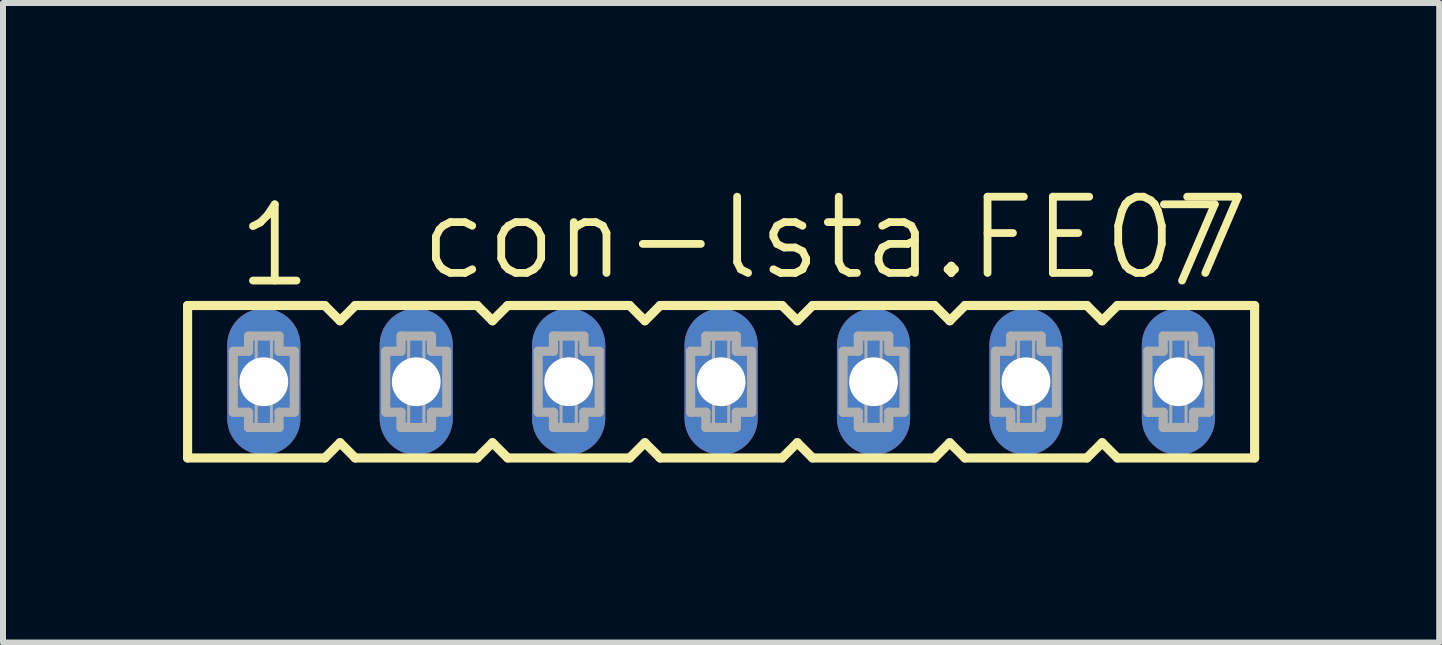
<source format=kicad_pcb>
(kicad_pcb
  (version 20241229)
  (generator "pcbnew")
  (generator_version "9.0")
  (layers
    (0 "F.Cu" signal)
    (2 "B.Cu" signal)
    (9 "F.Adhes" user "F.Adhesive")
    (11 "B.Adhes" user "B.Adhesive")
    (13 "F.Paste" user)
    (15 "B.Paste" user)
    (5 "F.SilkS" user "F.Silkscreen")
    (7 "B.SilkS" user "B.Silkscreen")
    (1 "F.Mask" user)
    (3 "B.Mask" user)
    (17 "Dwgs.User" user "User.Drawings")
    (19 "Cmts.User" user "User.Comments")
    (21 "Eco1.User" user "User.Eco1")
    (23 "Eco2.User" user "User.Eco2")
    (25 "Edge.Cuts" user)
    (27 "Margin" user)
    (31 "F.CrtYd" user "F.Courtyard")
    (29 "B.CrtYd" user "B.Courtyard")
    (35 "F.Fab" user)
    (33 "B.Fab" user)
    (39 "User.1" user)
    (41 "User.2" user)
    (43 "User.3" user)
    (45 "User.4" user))
  (footprint "con-lsta.FE07"
    (layer "F.Cu")
    (at 8.966 3.311)
    (property "Reference" "con-lsta.FE07" (at -5.08 -1.651 0) (layer "F.SilkS") (effects (font (size 1.27 1.27) (thickness 0.13)) (justify left bottom)))
    (attr through_hole)
    (fp_line (start -8.89 -1.27) (end -8.89 1.27) (stroke (width 0.152) (type default)) (layer "F.SilkS"))
    (fp_line (start -8.89 1.27) (end -6.604 1.27) (stroke (width 0.152) (type default)) (layer "F.SilkS"))
    (fp_line (start -6.604 -1.27) (end -8.89 -1.27) (stroke (width 0.152) (type default)) (layer "F.SilkS"))
    (fp_line (start -6.604 1.27) (end -6.35 1.016) (stroke (width 0.152) (type default)) (layer "F.SilkS"))
    (fp_line (start -6.35 -1.016) (end -6.604 -1.27) (stroke (width 0.152) (type default)) (layer "F.SilkS"))
    (fp_line (start -6.35 1.016) (end -6.096 1.27) (stroke (width 0.152) (type default)) (layer "F.SilkS"))
    (fp_line (start -6.096 -1.27) (end -6.35 -1.016) (stroke (width 0.152) (type default)) (layer "F.SilkS"))
    (fp_line (start -6.096 1.27) (end -4.064 1.27) (stroke (width 0.152) (type default)) (layer "F.SilkS"))
    (fp_line (start -4.064 -1.27) (end -6.096 -1.27) (stroke (width 0.152) (type default)) (layer "F.SilkS"))
    (fp_line (start -4.064 1.27) (end -3.81 1.016) (stroke (width 0.152) (type default)) (layer "F.SilkS"))
    (fp_line (start -3.81 -1.016) (end -4.064 -1.27) (stroke (width 0.152) (type default)) (layer "F.SilkS"))
    (fp_line (start -3.81 1.016) (end -3.556 1.27) (stroke (width 0.152) (type default)) (layer "F.SilkS"))
    (fp_line (start -3.556 -1.27) (end -3.81 -1.016) (stroke (width 0.152) (type default)) (layer "F.SilkS"))
    (fp_line (start -3.556 1.27) (end -1.524 1.27) (stroke (width 0.152) (type default)) (layer "F.SilkS"))
    (fp_line (start -1.524 -1.27) (end -3.556 -1.27) (stroke (width 0.152) (type default)) (layer "F.SilkS"))
    (fp_line (start -1.524 1.27) (end -1.27 1.016) (stroke (width 0.152) (type default)) (layer "F.SilkS"))
    (fp_line (start -1.27 -1.016) (end -1.524 -1.27) (stroke (width 0.152) (type default)) (layer "F.SilkS"))
    (fp_line (start -1.27 1.016) (end -1.016 1.27) (stroke (width 0.152) (type default)) (layer "F.SilkS"))
    (fp_line (start -1.016 -1.27) (end -1.27 -1.016) (stroke (width 0.152) (type default)) (layer "F.SilkS"))
    (fp_line (start -1.016 1.27) (end 1.016 1.27) (stroke (width 0.152) (type default)) (layer "F.SilkS"))
    (fp_line (start 1.016 -1.27) (end -1.016 -1.27) (stroke (width 0.152) (type default)) (layer "F.SilkS"))
    (fp_line (start 1.016 1.27) (end 1.27 1.016) (stroke (width 0.152) (type default)) (layer "F.SilkS"))
    (fp_line (start 1.27 -1.016) (end 1.016 -1.27) (stroke (width 0.152) (type default)) (layer "F.SilkS"))
    (fp_line (start 1.27 1.016) (end 1.524 1.27) (stroke (width 0.152) (type default)) (layer "F.SilkS"))
    (fp_line (start 1.524 -1.27) (end 1.27 -1.016) (stroke (width 0.152) (type default)) (layer "F.SilkS"))
    (fp_line (start 1.524 1.27) (end 3.556 1.27) (stroke (width 0.152) (type default)) (layer "F.SilkS"))
    (fp_line (start 3.556 -1.27) (end 1.524 -1.27) (stroke (width 0.152) (type default)) (layer "F.SilkS"))
    (fp_line (start 3.556 1.27) (end 3.81 1.016) (stroke (width 0.152) (type default)) (layer "F.SilkS"))
    (fp_line (start 3.81 -1.016) (end 3.556 -1.27) (stroke (width 0.152) (type default)) (layer "F.SilkS"))
    (fp_line (start 3.81 1.016) (end 4.064 1.27) (stroke (width 0.152) (type default)) (layer "F.SilkS"))
    (fp_line (start 4.064 -1.27) (end 3.81 -1.016) (stroke (width 0.152) (type default)) (layer "F.SilkS"))
    (fp_line (start 4.064 1.27) (end 6.096 1.27) (stroke (width 0.152) (type default)) (layer "F.SilkS"))
    (fp_line (start 6.096 -1.27) (end 4.064 -1.27) (stroke (width 0.152) (type default)) (layer "F.SilkS"))
    (fp_line (start 6.096 1.27) (end 6.35 1.016) (stroke (width 0.152) (type default)) (layer "F.SilkS"))
    (fp_line (start 6.35 -1.016) (end 6.096 -1.27) (stroke (width 0.152) (type default)) (layer "F.SilkS"))
    (fp_line (start 6.35 1.016) (end 6.604 1.27) (stroke (width 0.152) (type default)) (layer "F.SilkS"))
    (fp_line (start 6.604 -1.27) (end 6.35 -1.016) (stroke (width 0.152) (type default)) (layer "F.SilkS"))
    (fp_line (start 6.604 1.27) (end 8.89 1.27) (stroke (width 0.152) (type default)) (layer "F.SilkS"))
    (fp_line (start 8.89 -1.27) (end 6.604 -1.27) (stroke (width 0.152) (type default)) (layer "F.SilkS"))
    (fp_line (start 8.89 1.27) (end 8.89 -1.27) (stroke (width 0.152) (type default)) (layer "F.SilkS"))
    (fp_line (start -8.128 -0.508) (end -8.128 0.508) (stroke (width 0.152) (type default)) (layer "F.Fab"))
    (fp_line (start -8.128 0.508) (end -7.874 0.508) (stroke (width 0.152) (type default)) (layer "F.Fab"))
    (fp_line (start -7.874 -0.762) (end -7.874 -0.508) (stroke (width 0.152) (type default)) (layer "F.Fab"))
    (fp_line (start -7.874 -0.508) (end -8.128 -0.508) (stroke (width 0.152) (type default)) (layer "F.Fab"))
    (fp_line (start -7.874 0.508) (end -7.874 0.762) (stroke (width 0.152) (type default)) (layer "F.Fab"))
    (fp_line (start -7.874 0.762) (end -7.366 0.762) (stroke (width 0.152) (type default)) (layer "F.Fab"))
    (fp_line (start -7.366 -0.762) (end -7.874 -0.762) (stroke (width 0.152) (type default)) (layer "F.Fab"))
    (fp_line (start -7.366 -0.508) (end -7.366 -0.762) (stroke (width 0.152) (type default)) (layer "F.Fab"))
    (fp_line (start -7.366 0.508) (end -7.112 0.508) (stroke (width 0.152) (type default)) (layer "F.Fab"))
    (fp_line (start -7.366 0.762) (end -7.366 0.508) (stroke (width 0.152) (type default)) (layer "F.Fab"))
    (fp_line (start -7.112 -0.508) (end -7.366 -0.508) (stroke (width 0.152) (type default)) (layer "F.Fab"))
    (fp_line (start -7.112 0.508) (end -7.112 -0.508) (stroke (width 0.152) (type default)) (layer "F.Fab"))
    (fp_line (start -5.588 -0.508) (end -5.588 0.508) (stroke (width 0.152) (type default)) (layer "F.Fab"))
    (fp_line (start -5.588 0.508) (end -5.334 0.508) (stroke (width 0.152) (type default)) (layer "F.Fab"))
    (fp_line (start -5.334 -0.762) (end -5.334 -0.508) (stroke (width 0.152) (type default)) (layer "F.Fab"))
    (fp_line (start -5.334 -0.508) (end -5.588 -0.508) (stroke (width 0.152) (type default)) (layer "F.Fab"))
    (fp_line (start -5.334 0.508) (end -5.334 0.762) (stroke (width 0.152) (type default)) (layer "F.Fab"))
    (fp_line (start -5.334 0.762) (end -4.826 0.762) (stroke (width 0.152) (type default)) (layer "F.Fab"))
    (fp_line (start -4.826 -0.762) (end -5.334 -0.762) (stroke (width 0.152) (type default)) (layer "F.Fab"))
    (fp_line (start -4.826 -0.508) (end -4.826 -0.762) (stroke (width 0.152) (type default)) (layer "F.Fab"))
    (fp_line (start -4.826 0.508) (end -4.572 0.508) (stroke (width 0.152) (type default)) (layer "F.Fab"))
    (fp_line (start -4.826 0.762) (end -4.826 0.508) (stroke (width 0.152) (type default)) (layer "F.Fab"))
    (fp_line (start -4.572 -0.508) (end -4.826 -0.508) (stroke (width 0.152) (type default)) (layer "F.Fab"))
    (fp_line (start -4.572 0.508) (end -4.572 -0.508) (stroke (width 0.152) (type default)) (layer "F.Fab"))
    (fp_line (start -3.048 -0.508) (end -3.048 0.508) (stroke (width 0.152) (type default)) (layer "F.Fab"))
    (fp_line (start -3.048 0.508) (end -2.794 0.508) (stroke (width 0.152) (type default)) (layer "F.Fab"))
    (fp_line (start -2.794 -0.762) (end -2.794 -0.508) (stroke (width 0.152) (type default)) (layer "F.Fab"))
    (fp_line (start -2.794 -0.508) (end -3.048 -0.508) (stroke (width 0.152) (type default)) (layer "F.Fab"))
    (fp_line (start -2.794 0.508) (end -2.794 0.762) (stroke (width 0.152) (type default)) (layer "F.Fab"))
    (fp_line (start -2.794 0.762) (end -2.286 0.762) (stroke (width 0.152) (type default)) (layer "F.Fab"))
    (fp_line (start -2.286 -0.762) (end -2.794 -0.762) (stroke (width 0.152) (type default)) (layer "F.Fab"))
    (fp_line (start -2.286 -0.508) (end -2.286 -0.762) (stroke (width 0.152) (type default)) (layer "F.Fab"))
    (fp_line (start -2.286 0.508) (end -2.032 0.508) (stroke (width 0.152) (type default)) (layer "F.Fab"))
    (fp_line (start -2.286 0.762) (end -2.286 0.508) (stroke (width 0.152) (type default)) (layer "F.Fab"))
    (fp_line (start -2.032 -0.508) (end -2.286 -0.508) (stroke (width 0.152) (type default)) (layer "F.Fab"))
    (fp_line (start -2.032 0.508) (end -2.032 -0.508) (stroke (width 0.152) (type default)) (layer "F.Fab"))
    (fp_line (start -0.508 -0.508) (end -0.508 0.508) (stroke (width 0.152) (type default)) (layer "F.Fab"))
    (fp_line (start -0.508 0.508) (end -0.254 0.508) (stroke (width 0.152) (type default)) (layer "F.Fab"))
    (fp_line (start -0.254 -0.762) (end -0.254 -0.508) (stroke (width 0.152) (type default)) (layer "F.Fab"))
    (fp_line (start -0.254 -0.508) (end -0.508 -0.508) (stroke (width 0.152) (type default)) (layer "F.Fab"))
    (fp_line (start -0.254 0.508) (end -0.254 0.762) (stroke (width 0.152) (type default)) (layer "F.Fab"))
    (fp_line (start -0.254 0.762) (end 0.254 0.762) (stroke (width 0.152) (type default)) (layer "F.Fab"))
    (fp_line (start 0.254 -0.762) (end -0.254 -0.762) (stroke (width 0.152) (type default)) (layer "F.Fab"))
    (fp_line (start 0.254 -0.508) (end 0.254 -0.762) (stroke (width 0.152) (type default)) (layer "F.Fab"))
    (fp_line (start 0.254 0.508) (end 0.508 0.508) (stroke (width 0.152) (type default)) (layer "F.Fab"))
    (fp_line (start 0.254 0.762) (end 0.254 0.508) (stroke (width 0.152) (type default)) (layer "F.Fab"))
    (fp_line (start 0.508 -0.508) (end 0.254 -0.508) (stroke (width 0.152) (type default)) (layer "F.Fab"))
    (fp_line (start 0.508 0.508) (end 0.508 -0.508) (stroke (width 0.152) (type default)) (layer "F.Fab"))
    (fp_line (start 2.032 -0.508) (end 2.032 0.508) (stroke (width 0.152) (type default)) (layer "F.Fab"))
    (fp_line (start 2.032 0.508) (end 2.286 0.508) (stroke (width 0.152) (type default)) (layer "F.Fab"))
    (fp_line (start 2.286 -0.762) (end 2.286 -0.508) (stroke (width 0.152) (type default)) (layer "F.Fab"))
    (fp_line (start 2.286 -0.508) (end 2.032 -0.508) (stroke (width 0.152) (type default)) (layer "F.Fab"))
    (fp_line (start 2.286 0.508) (end 2.286 0.762) (stroke (width 0.152) (type default)) (layer "F.Fab"))
    (fp_line (start 2.286 0.762) (end 2.794 0.762) (stroke (width 0.152) (type default)) (layer "F.Fab"))
    (fp_line (start 2.794 -0.762) (end 2.286 -0.762) (stroke (width 0.152) (type default)) (layer "F.Fab"))
    (fp_line (start 2.794 -0.508) (end 2.794 -0.762) (stroke (width 0.152) (type default)) (layer "F.Fab"))
    (fp_line (start 2.794 0.508) (end 3.048 0.508) (stroke (width 0.152) (type default)) (layer "F.Fab"))
    (fp_line (start 2.794 0.762) (end 2.794 0.508) (stroke (width 0.152) (type default)) (layer "F.Fab"))
    (fp_line (start 3.048 -0.508) (end 2.794 -0.508) (stroke (width 0.152) (type default)) (layer "F.Fab"))
    (fp_line (start 3.048 0.508) (end 3.048 -0.508) (stroke (width 0.152) (type default)) (layer "F.Fab"))
    (fp_line (start 4.572 -0.508) (end 4.572 0.508) (stroke (width 0.152) (type default)) (layer "F.Fab"))
    (fp_line (start 4.572 0.508) (end 4.826 0.508) (stroke (width 0.152) (type default)) (layer "F.Fab"))
    (fp_line (start 4.826 -0.762) (end 4.826 -0.508) (stroke (width 0.152) (type default)) (layer "F.Fab"))
    (fp_line (start 4.826 -0.508) (end 4.572 -0.508) (stroke (width 0.152) (type default)) (layer "F.Fab"))
    (fp_line (start 4.826 0.508) (end 4.826 0.762) (stroke (width 0.152) (type default)) (layer "F.Fab"))
    (fp_line (start 4.826 0.762) (end 5.334 0.762) (stroke (width 0.152) (type default)) (layer "F.Fab"))
    (fp_line (start 5.334 -0.762) (end 4.826 -0.762) (stroke (width 0.152) (type default)) (layer "F.Fab"))
    (fp_line (start 5.334 -0.508) (end 5.334 -0.762) (stroke (width 0.152) (type default)) (layer "F.Fab"))
    (fp_line (start 5.334 0.508) (end 5.588 0.508) (stroke (width 0.152) (type default)) (layer "F.Fab"))
    (fp_line (start 5.334 0.762) (end 5.334 0.508) (stroke (width 0.152) (type default)) (layer "F.Fab"))
    (fp_line (start 5.588 -0.508) (end 5.334 -0.508) (stroke (width 0.152) (type default)) (layer "F.Fab"))
    (fp_line (start 5.588 0.508) (end 5.588 -0.508) (stroke (width 0.152) (type default)) (layer "F.Fab"))
    (fp_line (start 7.112 -0.508) (end 7.112 0.508) (stroke (width 0.152) (type default)) (layer "F.Fab"))
    (fp_line (start 7.112 0.508) (end 7.366 0.508) (stroke (width 0.152) (type default)) (layer "F.Fab"))
    (fp_line (start 7.366 -0.762) (end 7.366 -0.508) (stroke (width 0.152) (type default)) (layer "F.Fab"))
    (fp_line (start 7.366 -0.508) (end 7.112 -0.508) (stroke (width 0.152) (type default)) (layer "F.Fab"))
    (fp_line (start 7.366 0.508) (end 7.366 0.762) (stroke (width 0.152) (type default)) (layer "F.Fab"))
    (fp_line (start 7.366 0.762) (end 7.874 0.762) (stroke (width 0.152) (type default)) (layer "F.Fab"))
    (fp_line (start 7.874 -0.762) (end 7.366 -0.762) (stroke (width 0.152) (type default)) (layer "F.Fab"))
    (fp_line (start 7.874 -0.508) (end 7.874 -0.762) (stroke (width 0.152) (type default)) (layer "F.Fab"))
    (fp_line (start 7.874 0.508) (end 8.128 0.508) (stroke (width 0.152) (type default)) (layer "F.Fab"))
    (fp_line (start 7.874 0.762) (end 7.874 0.508) (stroke (width 0.152) (type default)) (layer "F.Fab"))
    (fp_line (start 8.128 -0.508) (end 7.874 -0.508) (stroke (width 0.152) (type default)) (layer "F.Fab"))
    (fp_line (start 8.128 0.508) (end 8.128 -0.508) (stroke (width 0.152) (type default)) (layer "F.Fab"))
    (fp_rect (start -7.747 -0.254) (end -7.493 -0.762) (stroke (width 0.05) (type default)) (fill no) (layer "F.Fab"))
    (fp_rect (start -7.747 0.762) (end -7.493 0.254) (stroke (width 0.05) (type default)) (fill no) (layer "F.Fab"))
    (fp_rect (start -5.207 -0.254) (end -4.953 -0.762) (stroke (width 0.05) (type default)) (fill no) (layer "F.Fab"))
    (fp_rect (start -5.207 0.762) (end -4.953 0.254) (stroke (width 0.05) (type default)) (fill no) (layer "F.Fab"))
    (fp_rect (start -2.667 -0.254) (end -2.413 -0.762) (stroke (width 0.05) (type default)) (fill no) (layer "F.Fab"))
    (fp_rect (start -2.667 0.762) (end -2.413 0.254) (stroke (width 0.05) (type default)) (fill no) (layer "F.Fab"))
    (fp_rect (start -0.127 -0.254) (end 0.127 -0.762) (stroke (width 0.05) (type default)) (fill no) (layer "F.Fab"))
    (fp_rect (start -0.127 0.762) (end 0.127 0.254) (stroke (width 0.05) (type default)) (fill no) (layer "F.Fab"))
    (fp_rect (start 2.413 -0.254) (end 2.667 -0.762) (stroke (width 0.05) (type default)) (fill no) (layer "F.Fab"))
    (fp_rect (start 2.413 0.762) (end 2.667 0.254) (stroke (width 0.05) (type default)) (fill no) (layer "F.Fab"))
    (fp_rect (start 4.953 -0.254) (end 5.207 -0.762) (stroke (width 0.05) (type default)) (fill no) (layer "F.Fab"))
    (fp_rect (start 4.953 0.762) (end 5.207 0.254) (stroke (width 0.05) (type default)) (fill no) (layer "F.Fab"))
    (fp_rect (start 7.493 -0.254) (end 7.747 -0.762) (stroke (width 0.05) (type default)) (fill no) (layer "F.Fab"))
    (fp_rect (start 7.493 0.762) (end 7.747 0.254) (stroke (width 0.05) (type default)) (fill no) (layer "F.Fab"))
    (fp_text user "7" (at 7.112 -1.524 0) (layer "F.SilkS") (effects (font (size 1.27 1.27) (thickness 0.13)) (justify left bottom)))
    (fp_text user "1" (at -8.128 -1.524 0) (layer "F.SilkS") (effects (font (size 1.27 1.27) (thickness 0.13)) (justify left bottom)))
    (pad "1" thru_hole oval (at -7.62 0 90) (size 2.438 1.219) (drill 0.813) (layers "*.Cu" "*.Mask"))
    (pad "2" thru_hole oval (at -5.08 0 90) (size 2.438 1.219) (drill 0.813) (layers "*.Cu" "*.Mask"))
    (pad "3" thru_hole oval (at -2.54 0 90) (size 2.438 1.219) (drill 0.813) (layers "*.Cu" "*.Mask"))
    (pad "4" thru_hole oval (at 0 0 90) (size 2.438 1.219) (drill 0.813) (layers "*.Cu" "*.Mask"))
    (pad "5" thru_hole oval (at 2.54 0 90) (size 2.438 1.219) (drill 0.813) (layers "*.Cu" "*.Mask"))
    (pad "6" thru_hole oval (at 5.08 0 90) (size 2.438 1.219) (drill 0.813) (layers "*.Cu" "*.Mask"))
    (pad "7" thru_hole oval (at 7.62 0 90) (size 2.438 1.219) (drill 0.813) (layers "*.Cu" "*.Mask")))
  (gr_rect
    (start -3 -3)
    (end 20.932 7.657)
    (stroke (width 0.1) (type default))
    (fill no)
    (layer "Edge.Cuts")))
</source>
